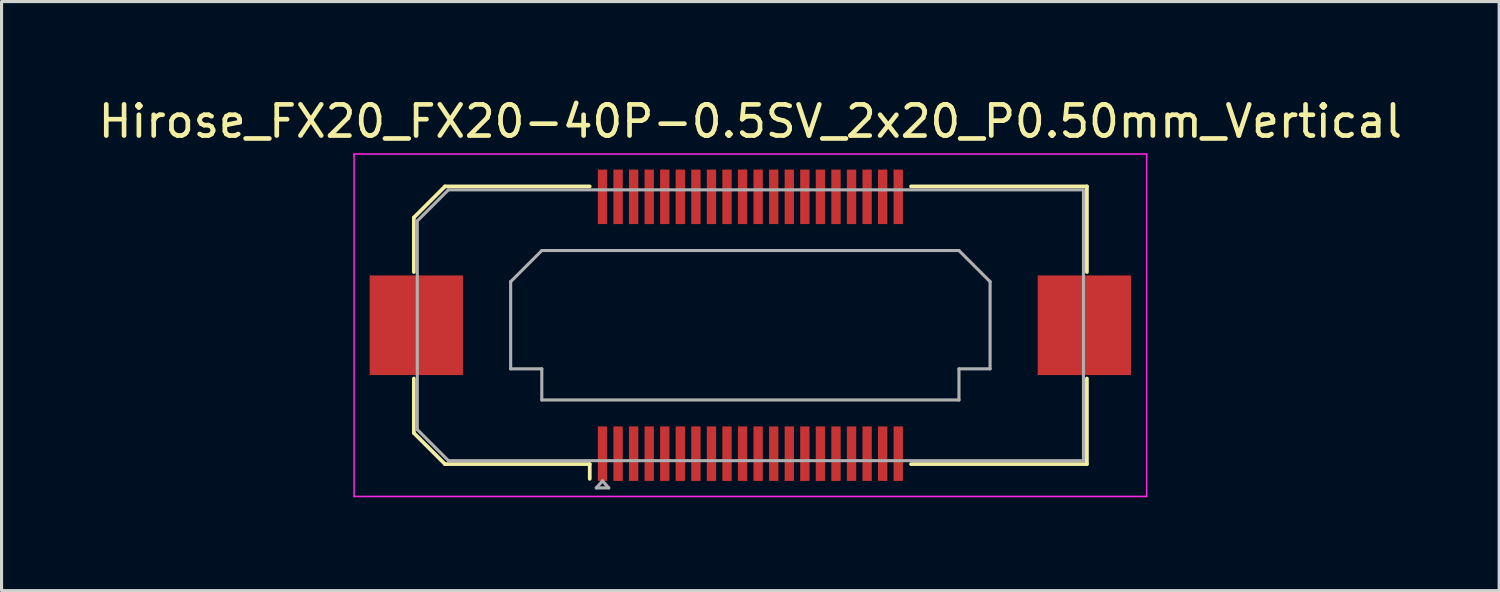
<source format=kicad_pcb>
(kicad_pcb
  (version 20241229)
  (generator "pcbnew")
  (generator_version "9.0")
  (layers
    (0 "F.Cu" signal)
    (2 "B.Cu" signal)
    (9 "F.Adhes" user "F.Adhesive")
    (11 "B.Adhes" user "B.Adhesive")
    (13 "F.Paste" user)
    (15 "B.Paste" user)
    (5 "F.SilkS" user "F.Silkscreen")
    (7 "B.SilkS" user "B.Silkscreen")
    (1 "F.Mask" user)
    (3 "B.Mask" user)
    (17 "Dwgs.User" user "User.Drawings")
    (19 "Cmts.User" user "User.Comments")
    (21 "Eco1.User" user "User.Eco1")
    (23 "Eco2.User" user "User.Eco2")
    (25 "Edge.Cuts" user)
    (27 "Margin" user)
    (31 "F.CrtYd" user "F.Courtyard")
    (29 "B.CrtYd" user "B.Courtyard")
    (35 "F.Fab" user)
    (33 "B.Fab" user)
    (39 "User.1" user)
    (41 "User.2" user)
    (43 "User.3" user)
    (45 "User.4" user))
  (footprint "Hirose_FX20_FX20-40P-0.5SV_2x20_P0.50mm_Vertical"
    (layer "F.Cu")
    (at 21.054 7.398)
    (property "Reference" "Hirose_FX20_FX20-40P-0.5SV_2x20_P0.50mm_Vertical" (at 0 -6.55 0) (layer "F.SilkS") (effects (font (size 1 1) (thickness 0.15))))
    (attr smd)
    (fp_line (start -10.81 -3.46) (end -9.81 -4.46) (stroke (width 0.12) (type solid)) (layer "F.SilkS"))
    (fp_line (start -10.81 -1.71) (end -10.81 -3.46) (stroke (width 0.12) (type solid)) (layer "F.SilkS"))
    (fp_line (start -10.81 3.46) (end -10.81 1.71) (stroke (width 0.12) (type solid)) (layer "F.SilkS"))
    (fp_line (start -9.81 -4.46) (end -5.16 -4.46) (stroke (width 0.12) (type solid)) (layer "F.SilkS"))
    (fp_line (start -9.81 4.46) (end -10.81 3.46) (stroke (width 0.12) (type solid)) (layer "F.SilkS"))
    (fp_line (start -5.16 4.46) (end -9.81 4.46) (stroke (width 0.12) (type solid)) (layer "F.SilkS"))
    (fp_line (start -5.16 4.933) (end -5.16 4.46) (stroke (width 0.12) (type solid)) (layer "F.SilkS"))
    (fp_line (start 5.16 4.46) (end 10.81 4.46) (stroke (width 0.12) (type solid)) (layer "F.SilkS"))
    (fp_line (start 10.81 -4.46) (end 5.16 -4.46) (stroke (width 0.12) (type solid)) (layer "F.SilkS"))
    (fp_line (start 10.81 -1.71) (end 10.81 -4.46) (stroke (width 0.12) (type solid)) (layer "F.SilkS"))
    (fp_line (start 10.81 4.46) (end 10.81 1.71) (stroke (width 0.12) (type solid)) (layer "F.SilkS"))
    (fp_line (start -12.73 -5.5) (end -12.73 5.5) (stroke (width 0.05) (type solid)) (layer "F.CrtYd"))
    (fp_line (start -12.73 5.5) (end 12.73 5.5) (stroke (width 0.05) (type solid)) (layer "F.CrtYd"))
    (fp_line (start 12.73 -5.5) (end -12.73 -5.5) (stroke (width 0.05) (type solid)) (layer "F.CrtYd"))
    (fp_line (start 12.73 5.5) (end 12.73 -5.5) (stroke (width 0.05) (type solid)) (layer "F.CrtYd"))
    (fp_line (start -10.7 -3.35) (end -9.7 -4.35) (stroke (width 0.1) (type solid)) (layer "F.Fab"))
    (fp_line (start -10.7 3.35) (end -10.7 -3.35) (stroke (width 0.1) (type solid)) (layer "F.Fab"))
    (fp_line (start -9.7 -4.35) (end 10.7 -4.35) (stroke (width 0.1) (type solid)) (layer "F.Fab"))
    (fp_line (start -9.7 4.35) (end -10.7 3.35) (stroke (width 0.1) (type solid)) (layer "F.Fab"))
    (fp_line (start -7.7 -1.4) (end -6.7 -2.4) (stroke (width 0.1) (type solid)) (layer "F.Fab"))
    (fp_line (start -7.7 1.4) (end -7.7 -1.4) (stroke (width 0.1) (type solid)) (layer "F.Fab"))
    (fp_line (start -6.7 -2.4) (end 6.7 -2.4) (stroke (width 0.1) (type solid)) (layer "F.Fab"))
    (fp_line (start -6.7 1.4) (end -7.7 1.4) (stroke (width 0.1) (type solid)) (layer "F.Fab"))
    (fp_line (start -6.7 2.4) (end -6.7 1.4) (stroke (width 0.1) (type solid)) (layer "F.Fab"))
    (fp_line (start -4.95 5.225) (end -4.75 5) (stroke (width 0.1) (type solid)) (layer "F.Fab"))
    (fp_line (start -4.75 5) (end -4.55 5.225) (stroke (width 0.1) (type solid)) (layer "F.Fab"))
    (fp_line (start -4.55 5.225) (end -4.95 5.225) (stroke (width 0.1) (type solid)) (layer "F.Fab"))
    (fp_line (start 6.7 -2.4) (end 7.7 -1.4) (stroke (width 0.1) (type solid)) (layer "F.Fab"))
    (fp_line (start 6.7 1.4) (end 6.7 2.4) (stroke (width 0.1) (type solid)) (layer "F.Fab"))
    (fp_line (start 6.7 2.4) (end -6.7 2.4) (stroke (width 0.1) (type solid)) (layer "F.Fab"))
    (fp_line (start 7.7 -1.4) (end 7.7 1.4) (stroke (width 0.1) (type solid)) (layer "F.Fab"))
    (fp_line (start 7.7 1.4) (end 6.7 1.4) (stroke (width 0.1) (type solid)) (layer "F.Fab"))
    (fp_line (start 10.7 -4.35) (end 10.7 4.35) (stroke (width 0.1) (type solid)) (layer "F.Fab"))
    (fp_line (start 10.7 4.35) (end -9.7 4.35) (stroke (width 0.1) (type solid)) (layer "F.Fab"))
    (pad "" smd rect (at -10.73 0) (size 2.98 3.18) (layers "F.Paste"))
    (pad "" smd rect (at -10.73 0) (size 3 3.2) (layers "F.Cu" "F.Mask"))
    (pad "" smd rect (at -4.75 -4.325) (size 0.28 1.35) (layers "F.Paste"))
    (pad "" smd rect (at -4.75 4.325) (size 0.28 1.35) (layers "F.Paste"))
    (pad "" smd rect (at -4.25 -4.325) (size 0.28 1.35) (layers "F.Paste"))
    (pad "" smd rect (at -4.25 4.325) (size 0.28 1.35) (layers "F.Paste"))
    (pad "" smd rect (at -3.75 -4.325) (size 0.28 1.35) (layers "F.Paste"))
    (pad "" smd rect (at -3.75 4.325) (size 0.28 1.35) (layers "F.Paste"))
    (pad "" smd rect (at -3.25 -4.325) (size 0.28 1.35) (layers "F.Paste"))
    (pad "" smd rect (at -3.25 4.325) (size 0.28 1.35) (layers "F.Paste"))
    (pad "" smd rect (at -2.75 -4.325) (size 0.28 1.35) (layers "F.Paste"))
    (pad "" smd rect (at -2.75 4.325) (size 0.28 1.35) (layers "F.Paste"))
    (pad "" smd rect (at -2.25 -4.325) (size 0.28 1.35) (layers "F.Paste"))
    (pad "" smd rect (at -2.25 4.325) (size 0.28 1.35) (layers "F.Paste"))
    (pad "" smd rect (at -1.75 -4.325) (size 0.28 1.35) (layers "F.Paste"))
    (pad "" smd rect (at -1.75 4.325) (size 0.28 1.35) (layers "F.Paste"))
    (pad "" smd rect (at -1.25 -4.325) (size 0.28 1.35) (layers "F.Paste"))
    (pad "" smd rect (at -1.25 4.325) (size 0.28 1.35) (layers "F.Paste"))
    (pad "" smd rect (at -0.75 -4.325) (size 0.28 1.35) (layers "F.Paste"))
    (pad "" smd rect (at -0.75 4.325) (size 0.28 1.35) (layers "F.Paste"))
    (pad "" smd rect (at -0.25 -4.325) (size 0.28 1.35) (layers "F.Paste"))
    (pad "" smd rect (at -0.25 4.325) (size 0.28 1.35) (layers "F.Paste"))
    (pad "" smd rect (at 0.25 -4.325) (size 0.28 1.35) (layers "F.Paste"))
    (pad "" smd rect (at 0.25 4.325) (size 0.28 1.35) (layers "F.Paste"))
    (pad "" smd rect (at 0.75 -4.325) (size 0.28 1.35) (layers "F.Paste"))
    (pad "" smd rect (at 0.75 4.325) (size 0.28 1.35) (layers "F.Paste"))
    (pad "" smd rect (at 1.25 -4.325) (size 0.28 1.35) (layers "F.Paste"))
    (pad "" smd rect (at 1.25 4.325) (size 0.28 1.35) (layers "F.Paste"))
    (pad "" smd rect (at 1.75 -4.325) (size 0.28 1.35) (layers "F.Paste"))
    (pad "" smd rect (at 1.75 4.325) (size 0.28 1.35) (layers "F.Paste"))
    (pad "" smd rect (at 2.25 -4.325) (size 0.28 1.35) (layers "F.Paste"))
    (pad "" smd rect (at 2.25 4.325) (size 0.28 1.35) (layers "F.Paste"))
    (pad "" smd rect (at 2.75 -4.325) (size 0.28 1.35) (layers "F.Paste"))
    (pad "" smd rect (at 2.75 4.325) (size 0.28 1.35) (layers "F.Paste"))
    (pad "" smd rect (at 3.25 -4.325) (size 0.28 1.35) (layers "F.Paste"))
    (pad "" smd rect (at 3.25 4.325) (size 0.28 1.35) (layers "F.Paste"))
    (pad "" smd rect (at 3.75 -4.325) (size 0.28 1.35) (layers "F.Paste"))
    (pad "" smd rect (at 3.75 4.325) (size 0.28 1.35) (layers "F.Paste"))
    (pad "" smd rect (at 4.25 -4.325) (size 0.28 1.35) (layers "F.Paste"))
    (pad "" smd rect (at 4.25 4.325) (size 0.28 1.35) (layers "F.Paste"))
    (pad "" smd rect (at 4.75 -4.325) (size 0.28 1.35) (layers "F.Paste"))
    (pad "" smd rect (at 4.75 4.325) (size 0.28 1.35) (layers "F.Paste"))
    (pad "" smd rect (at 10.73 0) (size 2.98 3.18) (layers "F.Paste"))
    (pad "" smd rect (at 10.73 0) (size 3 3.2) (layers "F.Cu" "F.Mask"))
    (pad "1" smd rect (at -4.75 4.125) (size 0.3 1.75) (layers "F.Cu" "F.Mask"))
    (pad "2" smd rect (at -4.75 -4.125) (size 0.3 1.75) (layers "F.Cu" "F.Mask"))
    (pad "3" smd rect (at -4.25 4.125) (size 0.3 1.75) (layers "F.Cu" "F.Mask"))
    (pad "4" smd rect (at -4.25 -4.125) (size 0.3 1.75) (layers "F.Cu" "F.Mask"))
    (pad "5" smd rect (at -3.75 4.125) (size 0.3 1.75) (layers "F.Cu" "F.Mask"))
    (pad "6" smd rect (at -3.75 -4.125) (size 0.3 1.75) (layers "F.Cu" "F.Mask"))
    (pad "7" smd rect (at -3.25 4.125) (size 0.3 1.75) (layers "F.Cu" "F.Mask"))
    (pad "8" smd rect (at -3.25 -4.125) (size 0.3 1.75) (layers "F.Cu" "F.Mask"))
    (pad "9" smd rect (at -2.75 4.125) (size 0.3 1.75) (layers "F.Cu" "F.Mask"))
    (pad "10" smd rect (at -2.75 -4.125) (size 0.3 1.75) (layers "F.Cu" "F.Mask"))
    (pad "11" smd rect (at -2.25 4.125) (size 0.3 1.75) (layers "F.Cu" "F.Mask"))
    (pad "12" smd rect (at -2.25 -4.125) (size 0.3 1.75) (layers "F.Cu" "F.Mask"))
    (pad "13" smd rect (at -1.75 4.125) (size 0.3 1.75) (layers "F.Cu" "F.Mask"))
    (pad "14" smd rect (at -1.75 -4.125) (size 0.3 1.75) (layers "F.Cu" "F.Mask"))
    (pad "15" smd rect (at -1.25 4.125) (size 0.3 1.75) (layers "F.Cu" "F.Mask"))
    (pad "16" smd rect (at -1.25 -4.125) (size 0.3 1.75) (layers "F.Cu" "F.Mask"))
    (pad "17" smd rect (at -0.75 4.125) (size 0.3 1.75) (layers "F.Cu" "F.Mask"))
    (pad "18" smd rect (at -0.75 -4.125) (size 0.3 1.75) (layers "F.Cu" "F.Mask"))
    (pad "19" smd rect (at -0.25 4.125) (size 0.3 1.75) (layers "F.Cu" "F.Mask"))
    (pad "20" smd rect (at -0.25 -4.125) (size 0.3 1.75) (layers "F.Cu" "F.Mask"))
    (pad "21" smd rect (at 0.25 4.125) (size 0.3 1.75) (layers "F.Cu" "F.Mask"))
    (pad "22" smd rect (at 0.25 -4.125) (size 0.3 1.75) (layers "F.Cu" "F.Mask"))
    (pad "23" smd rect (at 0.75 4.125) (size 0.3 1.75) (layers "F.Cu" "F.Mask"))
    (pad "24" smd rect (at 0.75 -4.125) (size 0.3 1.75) (layers "F.Cu" "F.Mask"))
    (pad "25" smd rect (at 1.25 4.125) (size 0.3 1.75) (layers "F.Cu" "F.Mask"))
    (pad "26" smd rect (at 1.25 -4.125) (size 0.3 1.75) (layers "F.Cu" "F.Mask"))
    (pad "27" smd rect (at 1.75 4.125) (size 0.3 1.75) (layers "F.Cu" "F.Mask"))
    (pad "28" smd rect (at 1.75 -4.125) (size 0.3 1.75) (layers "F.Cu" "F.Mask"))
    (pad "29" smd rect (at 2.25 4.125) (size 0.3 1.75) (layers "F.Cu" "F.Mask"))
    (pad "30" smd rect (at 2.25 -4.125) (size 0.3 1.75) (layers "F.Cu" "F.Mask"))
    (pad "31" smd rect (at 2.75 4.125) (size 0.3 1.75) (layers "F.Cu" "F.Mask"))
    (pad "32" smd rect (at 2.75 -4.125) (size 0.3 1.75) (layers "F.Cu" "F.Mask"))
    (pad "33" smd rect (at 3.25 4.125) (size 0.3 1.75) (layers "F.Cu" "F.Mask"))
    (pad "34" smd rect (at 3.25 -4.125) (size 0.3 1.75) (layers "F.Cu" "F.Mask"))
    (pad "35" smd rect (at 3.75 4.125) (size 0.3 1.75) (layers "F.Cu" "F.Mask"))
    (pad "36" smd rect (at 3.75 -4.125) (size 0.3 1.75) (layers "F.Cu" "F.Mask"))
    (pad "37" smd rect (at 4.25 4.125) (size 0.3 1.75) (layers "F.Cu" "F.Mask"))
    (pad "38" smd rect (at 4.25 -4.125) (size 0.3 1.75) (layers "F.Cu" "F.Mask"))
    (pad "39" smd rect (at 4.75 4.125) (size 0.3 1.75) (layers "F.Cu" "F.Mask"))
    (pad "40" smd rect (at 4.75 -4.125) (size 0.3 1.75) (layers "F.Cu" "F.Mask")))
  (gr_rect
    (start -3 -3)
    (end 45.107 15.923)
    (stroke (width 0.1) (type default))
    (fill no)
    (layer "Edge.Cuts")))
</source>
